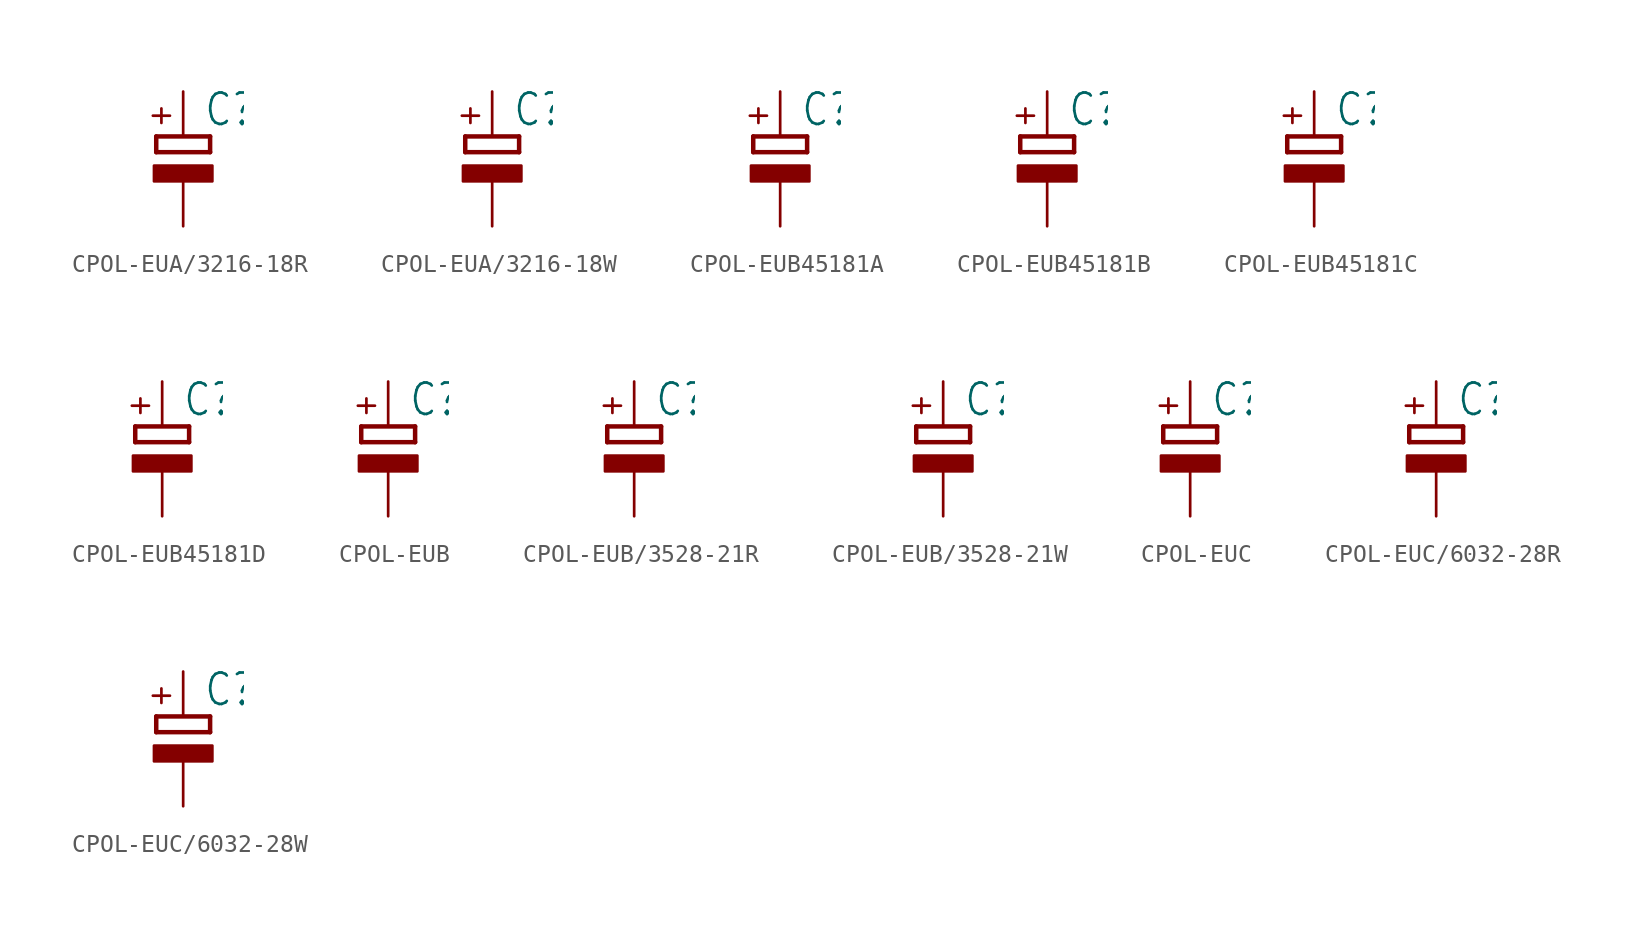
<source format=kicad_sym>
(kicad_symbol_lib
  (version 20231120)
  (generator "kicad_symbol_editor")
  (generator_version "8.0")
  (symbol "CPOL-EUA/3216-18R"
    (property "Reference" "C"
      (at 1.143 0.483 0)
      (effects (font (size 1.778 1.511)) (justify left bottom)))
    (property "Value" ""
      (at 1.143 -4.597 0)
      (effects (font (size 1.778 1.511)) (justify left bottom)))
    (property "ki_locked" ""
      (at 0 0 0)
      (effects (font (size 1.27 1.27))))
    (symbol "CPOL-EUA/3216-18R_1_0"
      (rectangle (start -1.651 -2.54) (end 1.651 -1.651) (stroke (width 0) (type default)) (fill (type outline)))
      (polyline (pts (xy -1.524 -0.889) (xy 1.524 -0.889)) (stroke (width 0.254) (type solid)) (fill (type none)))
      (polyline (pts (xy -1.524 0) (xy -1.524 -0.889)) (stroke (width 0.254) (type solid)) (fill (type none)))
      (polyline (pts (xy -1.524 0) (xy 1.524 0)) (stroke (width 0.254) (type solid)) (fill (type none)))
      (polyline (pts (xy 1.524 -0.889) (xy 1.524 0)) (stroke (width 0.254) (type solid)) (fill (type none)))
      (text "+" (at -0.584 0.406 900) (effects (font (size 1.27 1.079)) (justify left bottom)))
      (pin passive line (at 0 2.54 270) (length 2.54) (name "+" (effects (font (size 0 0)))) (number "+" (effects (font (size 0 0)))))
      (pin passive line (at 0 -5.08 90) (length 2.54) (name "-" (effects (font (size 0 0)))) (number "-" (effects (font (size 0 0)))))))
  (symbol "CPOL-EUA/3216-18W"
    (property "Reference" "C"
      (at 1.143 0.483 0)
      (effects (font (size 1.778 1.511)) (justify left bottom)))
    (property "Value" ""
      (at 1.143 -4.597 0)
      (effects (font (size 1.778 1.511)) (justify left bottom)))
    (property "ki_locked" ""
      (at 0 0 0)
      (effects (font (size 1.27 1.27))))
    (symbol "CPOL-EUA/3216-18W_1_0"
      (rectangle (start -1.651 -2.54) (end 1.651 -1.651) (stroke (width 0) (type default)) (fill (type outline)))
      (polyline (pts (xy -1.524 -0.889) (xy 1.524 -0.889)) (stroke (width 0.254) (type solid)) (fill (type none)))
      (polyline (pts (xy -1.524 0) (xy -1.524 -0.889)) (stroke (width 0.254) (type solid)) (fill (type none)))
      (polyline (pts (xy -1.524 0) (xy 1.524 0)) (stroke (width 0.254) (type solid)) (fill (type none)))
      (polyline (pts (xy 1.524 -0.889) (xy 1.524 0)) (stroke (width 0.254) (type solid)) (fill (type none)))
      (text "+" (at -0.584 0.406 900) (effects (font (size 1.27 1.079)) (justify left bottom)))
      (pin passive line (at 0 2.54 270) (length 2.54) (name "+" (effects (font (size 0 0)))) (number "+" (effects (font (size 0 0)))))
      (pin passive line (at 0 -5.08 90) (length 2.54) (name "-" (effects (font (size 0 0)))) (number "-" (effects (font (size 0 0)))))))
  (symbol "CPOL-EUB45181A"
    (property "Reference" "C"
      (at 1.143 0.483 0)
      (effects (font (size 1.778 1.511)) (justify left bottom)))
    (property "Value" ""
      (at 1.143 -4.597 0)
      (effects (font (size 1.778 1.511)) (justify left bottom)))
    (property "ki_locked" ""
      (at 0 0 0)
      (effects (font (size 1.27 1.27))))
    (symbol "CPOL-EUB45181A_1_0"
      (rectangle (start -1.651 -2.54) (end 1.651 -1.651) (stroke (width 0) (type default)) (fill (type outline)))
      (polyline (pts (xy -1.524 -0.889) (xy 1.524 -0.889)) (stroke (width 0.254) (type solid)) (fill (type none)))
      (polyline (pts (xy -1.524 0) (xy -1.524 -0.889)) (stroke (width 0.254) (type solid)) (fill (type none)))
      (polyline (pts (xy -1.524 0) (xy 1.524 0)) (stroke (width 0.254) (type solid)) (fill (type none)))
      (polyline (pts (xy 1.524 -0.889) (xy 1.524 0)) (stroke (width 0.254) (type solid)) (fill (type none)))
      (text "+" (at -0.584 0.406 900) (effects (font (size 1.27 1.079)) (justify left bottom)))
      (pin passive line (at 0 2.54 270) (length 2.54) (name "+" (effects (font (size 0 0)))) (number "+" (effects (font (size 0 0)))))
      (pin passive line (at 0 -5.08 90) (length 2.54) (name "-" (effects (font (size 0 0)))) (number "-" (effects (font (size 0 0)))))))
  (symbol "CPOL-EUB45181B"
    (property "Reference" "C"
      (at 1.143 0.483 0)
      (effects (font (size 1.778 1.511)) (justify left bottom)))
    (property "Value" ""
      (at 1.143 -4.597 0)
      (effects (font (size 1.778 1.511)) (justify left bottom)))
    (property "ki_locked" ""
      (at 0 0 0)
      (effects (font (size 1.27 1.27))))
    (symbol "CPOL-EUB45181B_1_0"
      (rectangle (start -1.651 -2.54) (end 1.651 -1.651) (stroke (width 0) (type default)) (fill (type outline)))
      (polyline (pts (xy -1.524 -0.889) (xy 1.524 -0.889)) (stroke (width 0.254) (type solid)) (fill (type none)))
      (polyline (pts (xy -1.524 0) (xy -1.524 -0.889)) (stroke (width 0.254) (type solid)) (fill (type none)))
      (polyline (pts (xy -1.524 0) (xy 1.524 0)) (stroke (width 0.254) (type solid)) (fill (type none)))
      (polyline (pts (xy 1.524 -0.889) (xy 1.524 0)) (stroke (width 0.254) (type solid)) (fill (type none)))
      (text "+" (at -0.584 0.406 900) (effects (font (size 1.27 1.079)) (justify left bottom)))
      (pin passive line (at 0 2.54 270) (length 2.54) (name "+" (effects (font (size 0 0)))) (number "+" (effects (font (size 0 0)))))
      (pin passive line (at 0 -5.08 90) (length 2.54) (name "-" (effects (font (size 0 0)))) (number "-" (effects (font (size 0 0)))))))
  (symbol "CPOL-EUB45181C"
    (property "Reference" "C"
      (at 1.143 0.483 0)
      (effects (font (size 1.778 1.511)) (justify left bottom)))
    (property "Value" ""
      (at 1.143 -4.597 0)
      (effects (font (size 1.778 1.511)) (justify left bottom)))
    (property "ki_locked" ""
      (at 0 0 0)
      (effects (font (size 1.27 1.27))))
    (symbol "CPOL-EUB45181C_1_0"
      (rectangle (start -1.651 -2.54) (end 1.651 -1.651) (stroke (width 0) (type default)) (fill (type outline)))
      (polyline (pts (xy -1.524 -0.889) (xy 1.524 -0.889)) (stroke (width 0.254) (type solid)) (fill (type none)))
      (polyline (pts (xy -1.524 0) (xy -1.524 -0.889)) (stroke (width 0.254) (type solid)) (fill (type none)))
      (polyline (pts (xy -1.524 0) (xy 1.524 0)) (stroke (width 0.254) (type solid)) (fill (type none)))
      (polyline (pts (xy 1.524 -0.889) (xy 1.524 0)) (stroke (width 0.254) (type solid)) (fill (type none)))
      (text "+" (at -0.584 0.406 900) (effects (font (size 1.27 1.079)) (justify left bottom)))
      (pin passive line (at 0 2.54 270) (length 2.54) (name "+" (effects (font (size 0 0)))) (number "+" (effects (font (size 0 0)))))
      (pin passive line (at 0 -5.08 90) (length 2.54) (name "-" (effects (font (size 0 0)))) (number "-" (effects (font (size 0 0)))))))
  (symbol "CPOL-EUB45181D"
    (property "Reference" "C"
      (at 1.143 0.483 0)
      (effects (font (size 1.778 1.511)) (justify left bottom)))
    (property "Value" ""
      (at 1.143 -4.597 0)
      (effects (font (size 1.778 1.511)) (justify left bottom)))
    (property "ki_locked" ""
      (at 0 0 0)
      (effects (font (size 1.27 1.27))))
    (symbol "CPOL-EUB45181D_1_0"
      (rectangle (start -1.651 -2.54) (end 1.651 -1.651) (stroke (width 0) (type default)) (fill (type outline)))
      (polyline (pts (xy -1.524 -0.889) (xy 1.524 -0.889)) (stroke (width 0.254) (type solid)) (fill (type none)))
      (polyline (pts (xy -1.524 0) (xy -1.524 -0.889)) (stroke (width 0.254) (type solid)) (fill (type none)))
      (polyline (pts (xy -1.524 0) (xy 1.524 0)) (stroke (width 0.254) (type solid)) (fill (type none)))
      (polyline (pts (xy 1.524 -0.889) (xy 1.524 0)) (stroke (width 0.254) (type solid)) (fill (type none)))
      (text "+" (at -0.584 0.406 900) (effects (font (size 1.27 1.079)) (justify left bottom)))
      (pin passive line (at 0 2.54 270) (length 2.54) (name "+" (effects (font (size 0 0)))) (number "+" (effects (font (size 0 0)))))
      (pin passive line (at 0 -5.08 90) (length 2.54) (name "-" (effects (font (size 0 0)))) (number "-" (effects (font (size 0 0)))))))
  (symbol "CPOL-EUB"
    (property "Reference" "C"
      (at 1.143 0.483 0)
      (effects (font (size 1.778 1.511)) (justify left bottom)))
    (property "Value" ""
      (at 1.143 -4.597 0)
      (effects (font (size 1.778 1.511)) (justify left bottom)))
    (property "ki_locked" ""
      (at 0 0 0)
      (effects (font (size 1.27 1.27))))
    (symbol "CPOL-EUB_1_0"
      (rectangle (start -1.651 -2.54) (end 1.651 -1.651) (stroke (width 0) (type default)) (fill (type outline)))
      (polyline (pts (xy -1.524 -0.889) (xy 1.524 -0.889)) (stroke (width 0.254) (type solid)) (fill (type none)))
      (polyline (pts (xy -1.524 0) (xy -1.524 -0.889)) (stroke (width 0.254) (type solid)) (fill (type none)))
      (polyline (pts (xy -1.524 0) (xy 1.524 0)) (stroke (width 0.254) (type solid)) (fill (type none)))
      (polyline (pts (xy 1.524 -0.889) (xy 1.524 0)) (stroke (width 0.254) (type solid)) (fill (type none)))
      (text "+" (at -0.584 0.406 900) (effects (font (size 1.27 1.079)) (justify left bottom)))
      (pin passive line (at 0 2.54 270) (length 2.54) (name "+" (effects (font (size 0 0)))) (number "+" (effects (font (size 0 0)))))
      (pin passive line (at 0 -5.08 90) (length 2.54) (name "-" (effects (font (size 0 0)))) (number "-" (effects (font (size 0 0)))))))
  (symbol "CPOL-EUB/3528-21R"
    (property "Reference" "C"
      (at 1.143 0.483 0)
      (effects (font (size 1.778 1.511)) (justify left bottom)))
    (property "Value" ""
      (at 1.143 -4.597 0)
      (effects (font (size 1.778 1.511)) (justify left bottom)))
    (property "ki_locked" ""
      (at 0 0 0)
      (effects (font (size 1.27 1.27))))
    (symbol "CPOL-EUB/3528-21R_1_0"
      (rectangle (start -1.651 -2.54) (end 1.651 -1.651) (stroke (width 0) (type default)) (fill (type outline)))
      (polyline (pts (xy -1.524 -0.889) (xy 1.524 -0.889)) (stroke (width 0.254) (type solid)) (fill (type none)))
      (polyline (pts (xy -1.524 0) (xy -1.524 -0.889)) (stroke (width 0.254) (type solid)) (fill (type none)))
      (polyline (pts (xy -1.524 0) (xy 1.524 0)) (stroke (width 0.254) (type solid)) (fill (type none)))
      (polyline (pts (xy 1.524 -0.889) (xy 1.524 0)) (stroke (width 0.254) (type solid)) (fill (type none)))
      (text "+" (at -0.584 0.406 900) (effects (font (size 1.27 1.079)) (justify left bottom)))
      (pin passive line (at 0 2.54 270) (length 2.54) (name "+" (effects (font (size 0 0)))) (number "+" (effects (font (size 0 0)))))
      (pin passive line (at 0 -5.08 90) (length 2.54) (name "-" (effects (font (size 0 0)))) (number "-" (effects (font (size 0 0)))))))
  (symbol "CPOL-EUB/3528-21W"
    (property "Reference" "C"
      (at 1.143 0.483 0)
      (effects (font (size 1.778 1.511)) (justify left bottom)))
    (property "Value" ""
      (at 1.143 -4.597 0)
      (effects (font (size 1.778 1.511)) (justify left bottom)))
    (property "ki_locked" ""
      (at 0 0 0)
      (effects (font (size 1.27 1.27))))
    (symbol "CPOL-EUB/3528-21W_1_0"
      (rectangle (start -1.651 -2.54) (end 1.651 -1.651) (stroke (width 0) (type default)) (fill (type outline)))
      (polyline (pts (xy -1.524 -0.889) (xy 1.524 -0.889)) (stroke (width 0.254) (type solid)) (fill (type none)))
      (polyline (pts (xy -1.524 0) (xy -1.524 -0.889)) (stroke (width 0.254) (type solid)) (fill (type none)))
      (polyline (pts (xy -1.524 0) (xy 1.524 0)) (stroke (width 0.254) (type solid)) (fill (type none)))
      (polyline (pts (xy 1.524 -0.889) (xy 1.524 0)) (stroke (width 0.254) (type solid)) (fill (type none)))
      (text "+" (at -0.584 0.406 900) (effects (font (size 1.27 1.079)) (justify left bottom)))
      (pin passive line (at 0 2.54 270) (length 2.54) (name "+" (effects (font (size 0 0)))) (number "+" (effects (font (size 0 0)))))
      (pin passive line (at 0 -5.08 90) (length 2.54) (name "-" (effects (font (size 0 0)))) (number "-" (effects (font (size 0 0)))))))
  (symbol "CPOL-EUC"
    (property "Reference" "C"
      (at 1.143 0.483 0)
      (effects (font (size 1.778 1.511)) (justify left bottom)))
    (property "Value" ""
      (at 1.143 -4.597 0)
      (effects (font (size 1.778 1.511)) (justify left bottom)))
    (property "ki_locked" ""
      (at 0 0 0)
      (effects (font (size 1.27 1.27))))
    (symbol "CPOL-EUC_1_0"
      (rectangle (start -1.651 -2.54) (end 1.651 -1.651) (stroke (width 0) (type default)) (fill (type outline)))
      (polyline (pts (xy -1.524 -0.889) (xy 1.524 -0.889)) (stroke (width 0.254) (type solid)) (fill (type none)))
      (polyline (pts (xy -1.524 0) (xy -1.524 -0.889)) (stroke (width 0.254) (type solid)) (fill (type none)))
      (polyline (pts (xy -1.524 0) (xy 1.524 0)) (stroke (width 0.254) (type solid)) (fill (type none)))
      (polyline (pts (xy 1.524 -0.889) (xy 1.524 0)) (stroke (width 0.254) (type solid)) (fill (type none)))
      (text "+" (at -0.584 0.406 900) (effects (font (size 1.27 1.079)) (justify left bottom)))
      (pin passive line (at 0 2.54 270) (length 2.54) (name "+" (effects (font (size 0 0)))) (number "+" (effects (font (size 0 0)))))
      (pin passive line (at 0 -5.08 90) (length 2.54) (name "-" (effects (font (size 0 0)))) (number "-" (effects (font (size 0 0)))))))
  (symbol "CPOL-EUC/6032-28R"
    (property "Reference" "C"
      (at 1.143 0.483 0)
      (effects (font (size 1.778 1.511)) (justify left bottom)))
    (property "Value" ""
      (at 1.143 -4.597 0)
      (effects (font (size 1.778 1.511)) (justify left bottom)))
    (property "ki_locked" ""
      (at 0 0 0)
      (effects (font (size 1.27 1.27))))
    (symbol "CPOL-EUC/6032-28R_1_0"
      (rectangle (start -1.651 -2.54) (end 1.651 -1.651) (stroke (width 0) (type default)) (fill (type outline)))
      (polyline (pts (xy -1.524 -0.889) (xy 1.524 -0.889)) (stroke (width 0.254) (type solid)) (fill (type none)))
      (polyline (pts (xy -1.524 0) (xy -1.524 -0.889)) (stroke (width 0.254) (type solid)) (fill (type none)))
      (polyline (pts (xy -1.524 0) (xy 1.524 0)) (stroke (width 0.254) (type solid)) (fill (type none)))
      (polyline (pts (xy 1.524 -0.889) (xy 1.524 0)) (stroke (width 0.254) (type solid)) (fill (type none)))
      (text "+" (at -0.584 0.406 900) (effects (font (size 1.27 1.079)) (justify left bottom)))
      (pin passive line (at 0 2.54 270) (length 2.54) (name "+" (effects (font (size 0 0)))) (number "+" (effects (font (size 0 0)))))
      (pin passive line (at 0 -5.08 90) (length 2.54) (name "-" (effects (font (size 0 0)))) (number "-" (effects (font (size 0 0)))))))
  (symbol "CPOL-EUC/6032-28W"
    (property "Reference" "C"
      (at 1.143 0.483 0)
      (effects (font (size 1.778 1.511)) (justify left bottom)))
    (property "Value" ""
      (at 1.143 -4.597 0)
      (effects (font (size 1.778 1.511)) (justify left bottom)))
    (property "ki_locked" ""
      (at 0 0 0)
      (effects (font (size 1.27 1.27))))
    (symbol "CPOL-EUC/6032-28W_1_0"
      (rectangle (start -1.651 -2.54) (end 1.651 -1.651) (stroke (width 0) (type default)) (fill (type outline)))
      (polyline (pts (xy -1.524 -0.889) (xy 1.524 -0.889)) (stroke (width 0.254) (type solid)) (fill (type none)))
      (polyline (pts (xy -1.524 0) (xy -1.524 -0.889)) (stroke (width 0.254) (type solid)) (fill (type none)))
      (polyline (pts (xy -1.524 0) (xy 1.524 0)) (stroke (width 0.254) (type solid)) (fill (type none)))
      (polyline (pts (xy 1.524 -0.889) (xy 1.524 0)) (stroke (width 0.254) (type solid)) (fill (type none)))
      (text "+" (at -0.584 0.406 900) (effects (font (size 1.27 1.079)) (justify left bottom)))
      (pin passive line (at 0 2.54 270) (length 2.54) (name "+" (effects (font (size 0 0)))) (number "+" (effects (font (size 0 0)))))
      (pin passive line (at 0 -5.08 90) (length 2.54) (name "-" (effects (font (size 0 0)))) (number "-" (effects (font (size 0 0))))))))
</source>
